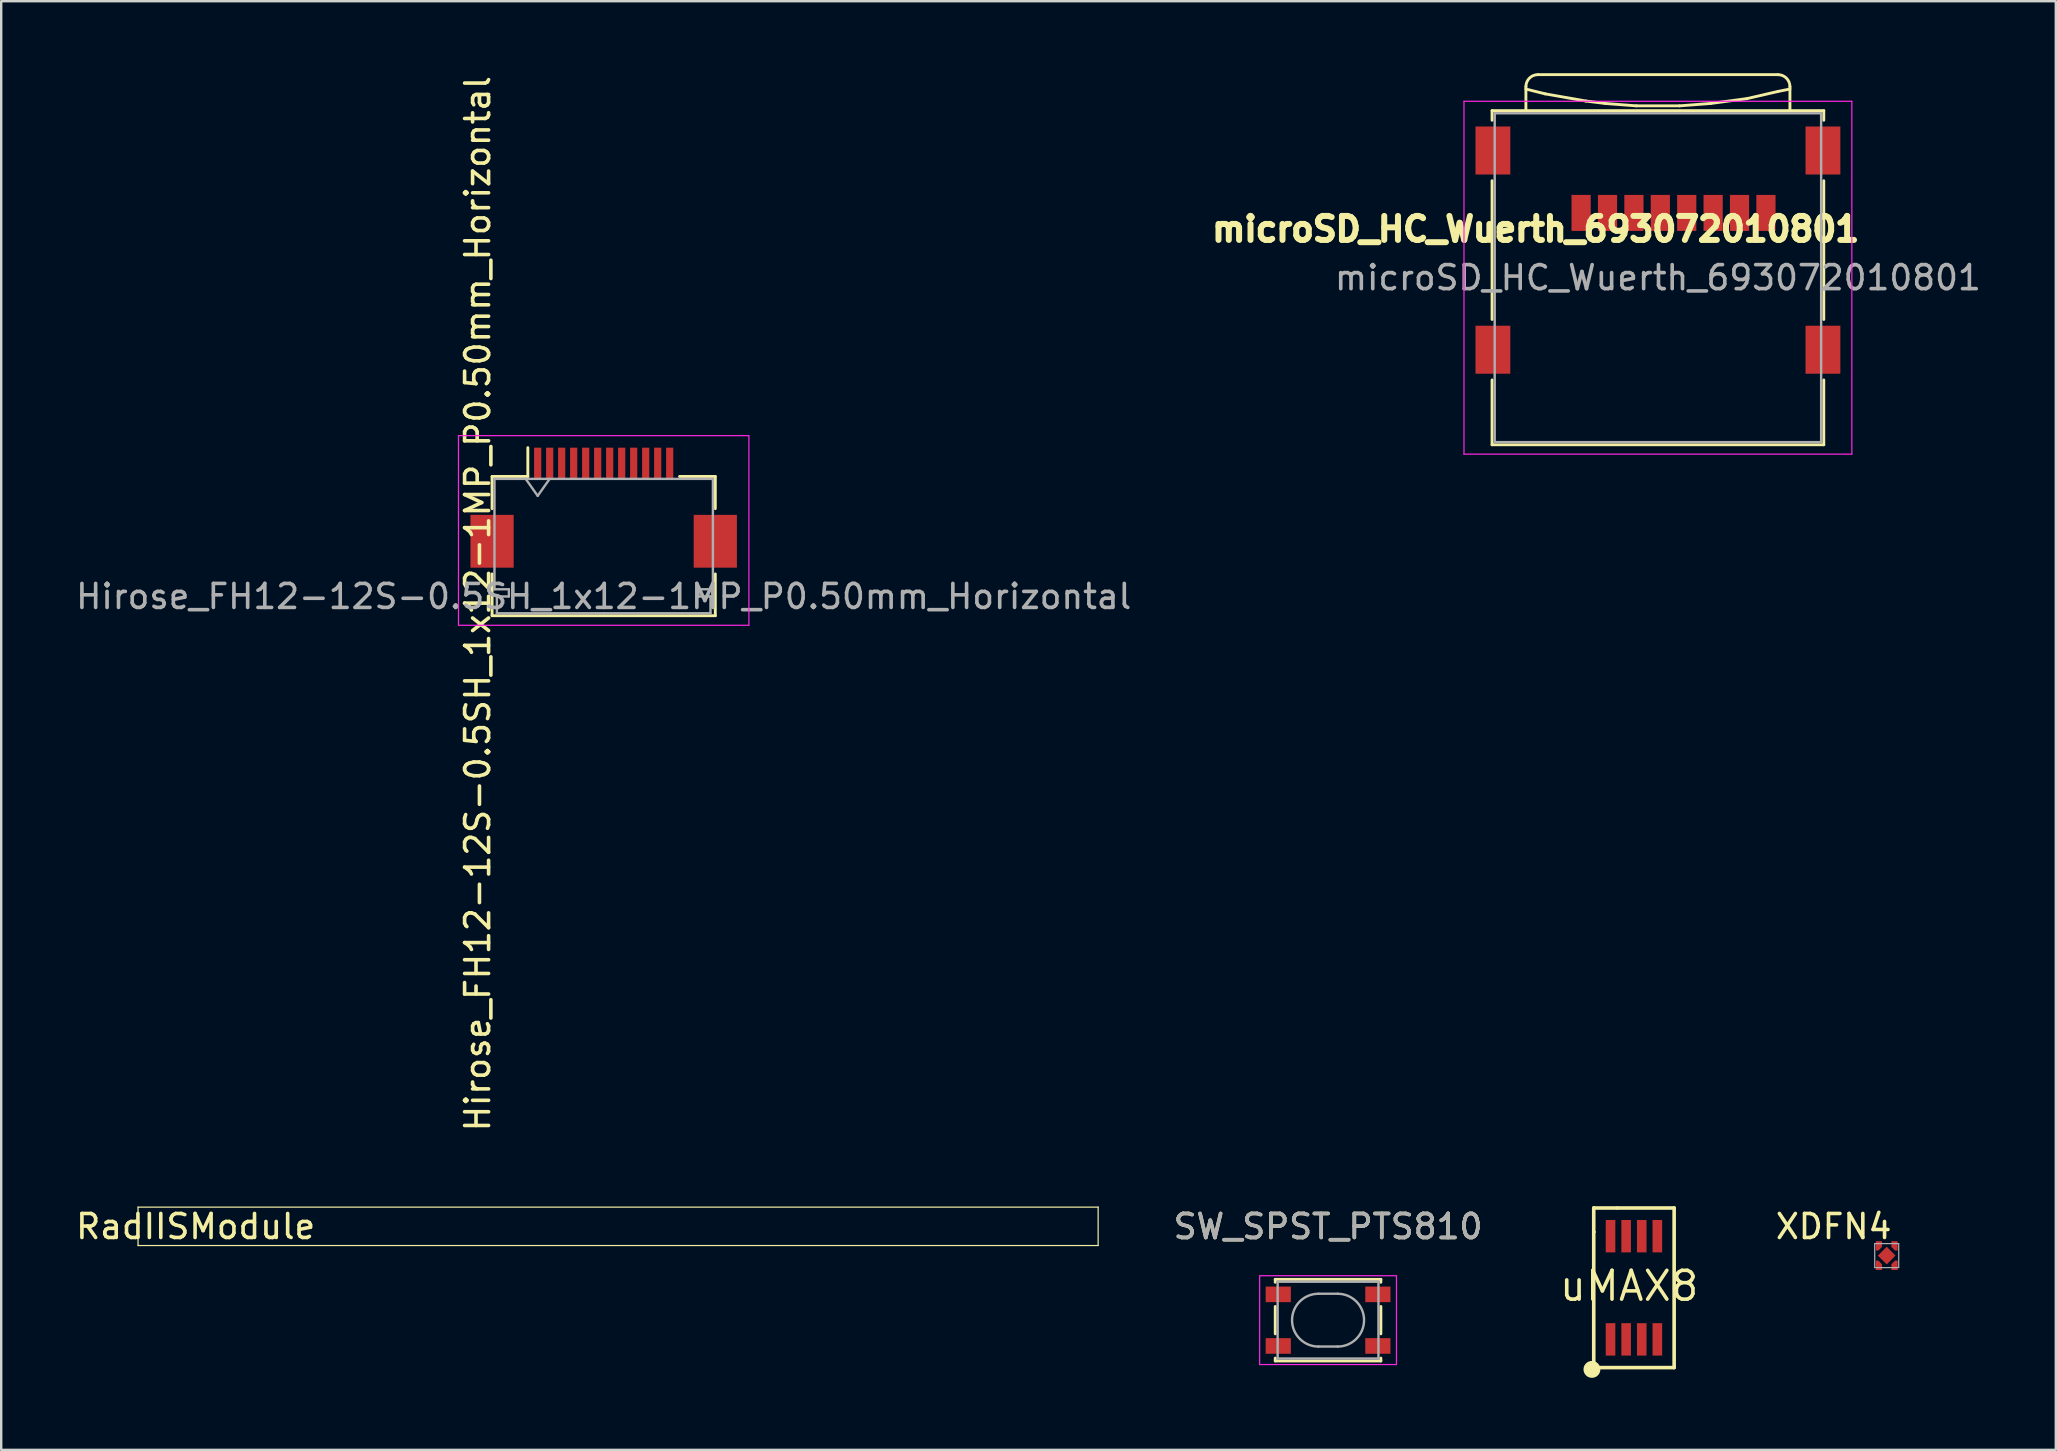
<source format=kicad_pcb>
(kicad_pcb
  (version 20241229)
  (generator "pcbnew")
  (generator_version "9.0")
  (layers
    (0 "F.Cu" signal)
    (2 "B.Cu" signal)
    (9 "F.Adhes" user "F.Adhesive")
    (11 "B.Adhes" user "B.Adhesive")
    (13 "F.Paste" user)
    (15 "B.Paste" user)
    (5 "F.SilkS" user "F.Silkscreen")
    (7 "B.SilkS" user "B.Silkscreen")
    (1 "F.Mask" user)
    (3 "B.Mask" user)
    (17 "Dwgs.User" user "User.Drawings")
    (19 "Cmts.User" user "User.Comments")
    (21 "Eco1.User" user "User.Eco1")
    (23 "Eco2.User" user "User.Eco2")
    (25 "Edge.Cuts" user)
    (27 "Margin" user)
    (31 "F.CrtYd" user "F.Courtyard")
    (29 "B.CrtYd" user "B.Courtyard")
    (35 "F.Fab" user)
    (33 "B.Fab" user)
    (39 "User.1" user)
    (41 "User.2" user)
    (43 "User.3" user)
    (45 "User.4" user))
  (footprint "microSD_HC_Wuerth_693072010801"
    (layer "F.Cu")
    (at 66.023 7.37)
    (property "Reference" "microSD_HC_Wuerth_693072010801" (at -5.093 -0.874 180) (layer "F.SilkS") (effects (font (size 1 1) (thickness 0.25))))
    (attr smd)
    (fp_line (start -6.91 -5.81) (end -6.91 -5.41) (stroke (width 0.12) (type solid)) (layer "F.SilkS"))
    (fp_line (start -6.91 -5.81) (end 6.91 -5.81) (stroke (width 0.12) (type solid)) (layer "F.SilkS"))
    (fp_line (start -6.91 -2.89) (end -6.91 2.89) (stroke (width 0.12) (type solid)) (layer "F.SilkS"))
    (fp_line (start -6.91 5.41) (end -6.91 8.11) (stroke (width 0.12) (type solid)) (layer "F.SilkS"))
    (fp_line (start -5.5 -6.71) (end -4.7 -6.51) (stroke (width 0.12) (type solid)) (layer "F.SilkS"))
    (fp_line (start -5.5 -5.81) (end -5.5 -6.81) (stroke (width 0.12) (type solid)) (layer "F.SilkS"))
    (fp_line (start -5 -7.31) (end 5 -7.31) (stroke (width 0.12) (type solid)) (layer "F.SilkS"))
    (fp_line (start -4.7 -6.51) (end -3 -6.21) (stroke (width 0.12) (type solid)) (layer "F.SilkS"))
    (fp_line (start -3 -6.21) (end -2.2 -6.11) (stroke (width 0.12) (type solid)) (layer "F.SilkS"))
    (fp_line (start -2.2 -6.11) (end -0.9 -6.01) (stroke (width 0.12) (type solid)) (layer "F.SilkS"))
    (fp_line (start -0.9 -6.01) (end 0.9 -6.01) (stroke (width 0.12) (type solid)) (layer "F.SilkS"))
    (fp_line (start 0.9 -6.01) (end 2.2 -6.11) (stroke (width 0.12) (type solid)) (layer "F.SilkS"))
    (fp_line (start 2.2 -6.11) (end 3.7 -6.31) (stroke (width 0.12) (type solid)) (layer "F.SilkS"))
    (fp_line (start 3.7 -6.31) (end 5 -6.61) (stroke (width 0.12) (type solid)) (layer "F.SilkS"))
    (fp_line (start 5 -6.61) (end 5.5 -6.71) (stroke (width 0.12) (type solid)) (layer "F.SilkS"))
    (fp_line (start 5.5 -5.81) (end 5.5 -6.81) (stroke (width 0.12) (type solid)) (layer "F.SilkS"))
    (fp_line (start 6.91 -5.81) (end 6.91 -5.41) (stroke (width 0.12) (type solid)) (layer "F.SilkS"))
    (fp_line (start 6.91 -2.89) (end 6.91 2.89) (stroke (width 0.12) (type solid)) (layer "F.SilkS"))
    (fp_line (start 6.91 5.41) (end 6.91 8.11) (stroke (width 0.12) (type solid)) (layer "F.SilkS"))
    (fp_line (start 6.91 8.11) (end -6.91 8.11) (stroke (width 0.12) (type solid)) (layer "F.SilkS"))
    (fp_arc (start -5.5 -6.81) (mid -5.353553 -7.163553) (end -5 -7.31) (stroke (width 0.12) (type solid)) (layer "F.SilkS"))
    (fp_arc (start 5 -7.31) (mid 5.353553 -7.163553) (end 5.5 -6.81) (stroke (width 0.12) (type solid)) (layer "F.SilkS"))
    (fp_line (start -8.08 -6.2) (end -8.08 8.5) (stroke (width 0.05) (type solid)) (layer "F.CrtYd"))
    (fp_line (start 8.08 -6.2) (end -8.08 -6.2) (stroke (width 0.05) (type solid)) (layer "F.CrtYd"))
    (fp_line (start 8.08 -6.2) (end 8.08 8.5) (stroke (width 0.05) (type solid)) (layer "F.CrtYd"))
    (fp_line (start 8.08 8.5) (end -8.08 8.5) (stroke (width 0.05) (type solid)) (layer "F.CrtYd"))
    (fp_line (start -6.8 -5.7) (end -6.8 8) (stroke (width 0.1) (type solid)) (layer "F.Fab"))
    (fp_line (start -6.8 8) (end 6.8 8) (stroke (width 0.1) (type solid)) (layer "F.Fab"))
    (fp_line (start 6.8 -5.7) (end -6.8 -5.7) (stroke (width 0.1) (type solid)) (layer "F.Fab"))
    (fp_line (start 6.8 8) (end 6.8 -5.7) (stroke (width 0.1) (type solid)) (layer "F.Fab"))
    (fp_text user "${REFERENCE}" (at 0 1.15 180) (layer "F.Fab") (effects (font (size 1 1) (thickness 0.15))))
    (pad "1" smd rect (at -3.2 -1.55) (size 0.8 1.5) (layers "F.Cu" "F.Mask" "F.Paste"))
    (pad "2" smd rect (at -2.1 -1.55) (size 0.8 1.5) (layers "F.Cu" "F.Mask" "F.Paste"))
    (pad "3" smd rect (at -1 -1.55) (size 0.8 1.5) (layers "F.Cu" "F.Mask" "F.Paste"))
    (pad "4" smd rect (at 0.1 -1.55) (size 0.8 1.5) (layers "F.Cu" "F.Mask" "F.Paste"))
    (pad "5" smd rect (at 1.2 -1.55) (size 0.8 1.5) (layers "F.Cu" "F.Mask" "F.Paste"))
    (pad "6" smd rect (at 2.3 -1.55) (size 0.8 1.5) (layers "F.Cu" "F.Mask" "F.Paste"))
    (pad "7" smd rect (at 3.4 -1.55) (size 0.8 1.5) (layers "F.Cu" "F.Mask" "F.Paste"))
    (pad "8" smd rect (at 4.5 -1.55) (size 0.8 1.5) (layers "F.Cu" "F.Mask" "F.Paste"))
    (pad "9" smd rect (at -6.875 -4.15) (size 1.45 2) (layers "F.Cu" "F.Mask" "F.Paste"))
    (pad "9" smd rect (at -6.875 4.15) (size 1.45 2) (layers "F.Cu" "F.Mask" "F.Paste"))
    (pad "9" smd rect (at 6.875 -4.15) (size 1.45 2) (layers "F.Cu" "F.Mask" "F.Paste"))
    (pad "9" smd rect (at 6.875 4.15) (size 1.45 2) (layers "F.Cu" "F.Mask" "F.Paste")))
  (footprint "XDFN4"
    (layer "F.Cu")
    (at 75.555 49.261)
    (property "Reference" "XDFN4" (at -2.21 -1.21 0) (layer "F.SilkS") (effects (font (size 1 1) (thickness 0.15))))
    (attr through_hole)
    (fp_line (start -0.5 -0.5) (end 0.5 -0.5) (stroke (width 0.05) (type solid)) (layer "F.Fab"))
    (fp_line (start -0.5 0.5) (end -0.5 -0.5) (stroke (width 0.05) (type solid)) (layer "F.Fab"))
    (fp_line (start 0.5 -0.5) (end 0.5 0.5) (stroke (width 0.05) (type solid)) (layer "F.Fab"))
    (fp_line (start 0.5 0.5) (end -0.5 0.5) (stroke (width 0.05) (type solid)) (layer "F.Fab"))
    (pad "1" smd custom (at -0.325 0.5 180) (size 0.2 0.2) (layers "F.Cu" "F.Mask" "F.Paste") (options (anchor rect)) (primitives (gr_poly (pts (xy -0.13 -0.1) (xy 0.13 -0.1) (xy 0.13 0.29) (xy 0.02 0.29) (xy -0.13 0.14)) (width 0) (fill yes))))
    (pad "2" smd custom (at 0.325 0.5 180) (size 0.2 0.2) (layers "F.Cu" "F.Mask" "F.Paste") (options (anchor rect)) (primitives (gr_poly (pts (xy 0.13 -0.1) (xy -0.13 -0.1) (xy -0.13 0.29) (xy -0.02 0.29) (xy 0.13 0.14)) (width 0) (fill yes))))
    (pad "3" smd custom (at 0.325 -0.5) (size 0.2 0.2) (layers "F.Cu" "F.Mask" "F.Paste") (options (anchor rect)) (primitives (gr_poly (pts (xy -0.13 -0.1) (xy 0.13 -0.1) (xy 0.13 0.29) (xy 0.02 0.29) (xy -0.13 0.14)) (width 0) (fill yes))))
    (pad "4" smd custom (at -0.325 -0.5) (size 0.2 0.2) (layers "F.Cu" "F.Mask" "F.Paste") (options (anchor rect)) (primitives (gr_poly (pts (xy 0.13 -0.1) (xy -0.13 -0.1) (xy -0.13 0.29) (xy -0.02 0.29) (xy 0.13 0.14)) (width 0) (fill yes))))
    (pad "EPAD" smd rect (at 0 0 45) (size 0.52 0.52) (layers "F.Cu" "F.Mask" "F.Paste")))
  (footprint "uMAX8"
    (layer "F.Cu")
    (at 65.024 50.602)
    (property "Reference" "uMAX8" (at -0.2 -0.075 180) (layer "F.SilkS") (effects (font (size 1.2 1.2) (thickness 0.15))))
    (attr through_hole)
    (fp_line (start -1.675 -3.325) (end -1.675 -2.325) (stroke (width 0.15) (type solid)) (layer "F.SilkS"))
    (fp_line (start -1.675 -2.325) (end -1.675 -2.325) (stroke (width 0.15) (type solid)) (layer "F.SilkS"))
    (fp_line (start -1.675 -2.325) (end -1.675 3.325) (stroke (width 0.15) (type solid)) (layer "F.SilkS"))
    (fp_line (start -1.675 3.325) (end 1.675 3.325) (stroke (width 0.15) (type solid)) (layer "F.SilkS"))
    (fp_line (start -0.7 -3.325) (end -1.675 -3.325) (stroke (width 0.15) (type solid)) (layer "F.SilkS"))
    (fp_line (start 1.675 -3.325) (end -0.675 -3.325) (stroke (width 0.15) (type solid)) (layer "F.SilkS"))
    (fp_line (start 1.675 3.325) (end 1.675 -3.325) (stroke (width 0.15) (type solid)) (layer "F.SilkS"))
    (fp_circle (center -1.75 3.4) (end -1.625 3.525) (stroke (width 0.35) (type solid)) (fill no) (layer "F.SilkS"))
    (pad "1" smd rect (at -0.975 2.15) (size 0.4 1.35) (layers "F.Cu" "F.Mask" "F.Paste"))
    (pad "2" smd rect (at -0.325 2.15) (size 0.4 1.35) (layers "F.Cu" "F.Mask" "F.Paste"))
    (pad "3" smd rect (at 0.325 2.15) (size 0.4 1.35) (layers "F.Cu" "F.Mask" "F.Paste"))
    (pad "4" smd rect (at 0.975 2.15) (size 0.4 1.35) (layers "F.Cu" "F.Mask" "F.Paste"))
    (pad "5" smd rect (at 0.975 -2.15) (size 0.4 1.35) (layers "F.Cu" "F.Mask" "F.Paste"))
    (pad "6" smd rect (at 0.325 -2.15) (size 0.4 1.35) (layers "F.Cu" "F.Mask" "F.Paste"))
    (pad "7" smd rect (at -0.325 -2.15) (size 0.4 1.35) (layers "F.Cu" "F.Mask" "F.Paste"))
    (pad "8" smd rect (at -0.975 -2.15) (size 0.4 1.35) (layers "F.Cu" "F.Mask" "F.Paste")))
  (footprint "Hirose_FH12-12S-0.5SH_1x12-1MP_P0.50mm_Horizontal"
    (layer "F.Cu")
    (at 22.101 18.101)
    (property "Reference" "Hirose_FH12-12S-0.5SH_1x12-1MP_P0.50mm_Horizontal" (at -5.25 4 90) (layer "F.SilkS") (effects (font (size 1 1) (thickness 0.15))))
    (attr smd)
    (fp_line (start -4.65 -1.3) (end -4.65 0.04) (stroke (width 0.12) (type solid)) (layer "F.SilkS"))
    (fp_line (start -4.65 2.76) (end -4.65 4.5) (stroke (width 0.12) (type solid)) (layer "F.SilkS"))
    (fp_line (start -4.65 4.5) (end 4.65 4.5) (stroke (width 0.12) (type solid)) (layer "F.SilkS"))
    (fp_line (start -3.16 -1.3) (end -4.65 -1.3) (stroke (width 0.12) (type solid)) (layer "F.SilkS"))
    (fp_line (start -3.16 -1.3) (end -3.16 -2.5) (stroke (width 0.12) (type solid)) (layer "F.SilkS"))
    (fp_line (start 3.16 -1.3) (end 4.65 -1.3) (stroke (width 0.12) (type solid)) (layer "F.SilkS"))
    (fp_line (start 4.65 -1.3) (end 4.65 0.04) (stroke (width 0.12) (type solid)) (layer "F.SilkS"))
    (fp_line (start 4.65 4.5) (end 4.65 2.76) (stroke (width 0.12) (type solid)) (layer "F.SilkS"))
    (fp_line (start -6.05 -3) (end -6.05 4.9) (stroke (width 0.05) (type solid)) (layer "F.CrtYd"))
    (fp_line (start -6.05 4.9) (end 6.05 4.9) (stroke (width 0.05) (type solid)) (layer "F.CrtYd"))
    (fp_line (start 6.05 -3) (end -6.05 -3) (stroke (width 0.05) (type solid)) (layer "F.CrtYd"))
    (fp_line (start 6.05 4.9) (end 6.05 -3) (stroke (width 0.05) (type solid)) (layer "F.CrtYd"))
    (fp_line (start -4.55 -1.2) (end -4.55 3.4) (stroke (width 0.1) (type solid)) (layer "F.Fab"))
    (fp_line (start -4.55 3.4) (end -3.95 3.4) (stroke (width 0.1) (type solid)) (layer "F.Fab"))
    (fp_line (start -4.45 3.7) (end -4.45 4.4) (stroke (width 0.1) (type solid)) (layer "F.Fab"))
    (fp_line (start -4.45 4.4) (end 0 4.4) (stroke (width 0.1) (type solid)) (layer "F.Fab"))
    (fp_line (start -3.95 3.4) (end -3.95 3.7) (stroke (width 0.1) (type solid)) (layer "F.Fab"))
    (fp_line (start -3.95 3.7) (end -4.45 3.7) (stroke (width 0.1) (type solid)) (layer "F.Fab"))
    (fp_line (start -3.25 -1.2) (end -2.75 -0.493) (stroke (width 0.1) (type solid)) (layer "F.Fab"))
    (fp_line (start -2.75 -0.493) (end -2.25 -1.2) (stroke (width 0.1) (type solid)) (layer "F.Fab"))
    (fp_line (start 0 -1.2) (end -4.55 -1.2) (stroke (width 0.1) (type solid)) (layer "F.Fab"))
    (fp_line (start 0 -1.2) (end 4.55 -1.2) (stroke (width 0.1) (type solid)) (layer "F.Fab"))
    (fp_line (start 3.95 3.4) (end 3.95 3.7) (stroke (width 0.1) (type solid)) (layer "F.Fab"))
    (fp_line (start 3.95 3.7) (end 4.45 3.7) (stroke (width 0.1) (type solid)) (layer "F.Fab"))
    (fp_line (start 4.45 3.7) (end 4.45 4.4) (stroke (width 0.1) (type solid)) (layer "F.Fab"))
    (fp_line (start 4.45 4.4) (end 0 4.4) (stroke (width 0.1) (type solid)) (layer "F.Fab"))
    (fp_line (start 4.55 -1.2) (end 4.55 3.4) (stroke (width 0.1) (type solid)) (layer "F.Fab"))
    (fp_line (start 4.55 3.4) (end 3.95 3.4) (stroke (width 0.1) (type solid)) (layer "F.Fab"))
    (fp_text user "${REFERENCE}" (at 0 3.7 0) (layer "F.Fab") (effects (font (size 1 1) (thickness 0.15))))
    (pad "1" smd rect (at -2.75 -1.85) (size 0.3 1.3) (layers "F.Cu" "F.Mask" "F.Paste"))
    (pad "2" smd rect (at -2.25 -1.85) (size 0.3 1.3) (layers "F.Cu" "F.Mask" "F.Paste"))
    (pad "3" smd rect (at -1.75 -1.85) (size 0.3 1.3) (layers "F.Cu" "F.Mask" "F.Paste"))
    (pad "4" smd rect (at -1.25 -1.85) (size 0.3 1.3) (layers "F.Cu" "F.Mask" "F.Paste"))
    (pad "5" smd rect (at -0.75 -1.85) (size 0.3 1.3) (layers "F.Cu" "F.Mask" "F.Paste"))
    (pad "6" smd rect (at -0.25 -1.85) (size 0.3 1.3) (layers "F.Cu" "F.Mask" "F.Paste"))
    (pad "7" smd rect (at 0.25 -1.85) (size 0.3 1.3) (layers "F.Cu" "F.Mask" "F.Paste"))
    (pad "8" smd rect (at 0.75 -1.85) (size 0.3 1.3) (layers "F.Cu" "F.Mask" "F.Paste"))
    (pad "9" smd rect (at 1.25 -1.85) (size 0.3 1.3) (layers "F.Cu" "F.Mask" "F.Paste"))
    (pad "10" smd rect (at 1.75 -1.85) (size 0.3 1.3) (layers "F.Cu" "F.Mask" "F.Paste"))
    (pad "11" smd rect (at 2.25 -1.85) (size 0.3 1.3) (layers "F.Cu" "F.Mask" "F.Paste"))
    (pad "12" smd rect (at 2.75 -1.85) (size 0.3 1.3) (layers "F.Cu" "F.Mask" "F.Paste"))
    (pad "MP" smd rect (at -4.65 1.4) (size 1.8 2.2) (layers "F.Cu" "F.Mask" "F.Paste"))
    (pad "MP" smd rect (at 4.65 1.4) (size 1.8 2.2) (layers "F.Cu" "F.Mask" "F.Paste")))
  (footprint "SW_SPST_PTS810"
    (layer "F.Cu")
    (at 52.28 51.951)
    (property "Reference" "SW_SPST_PTS810" (at 0 -3.9 0) (layer "F.SilkS") (effects (font (size 1 1) (thickness 0.15))))
    (attr smd)
    (fp_line (start -2.2 -1.7) (end -2.2 -1.58) (stroke (width 0.12) (type solid)) (layer "F.SilkS"))
    (fp_line (start -2.2 -0.57) (end -2.2 0.57) (stroke (width 0.12) (type solid)) (layer "F.SilkS"))
    (fp_line (start -2.2 1.58) (end -2.2 1.7) (stroke (width 0.12) (type solid)) (layer "F.SilkS"))
    (fp_line (start -2.2 1.7) (end 2.2 1.7) (stroke (width 0.12) (type solid)) (layer "F.SilkS"))
    (fp_line (start 2.2 -1.7) (end -2.2 -1.7) (stroke (width 0.12) (type solid)) (layer "F.SilkS"))
    (fp_line (start 2.2 -1.58) (end 2.2 -1.7) (stroke (width 0.12) (type solid)) (layer "F.SilkS"))
    (fp_line (start 2.2 0.57) (end 2.2 -0.57) (stroke (width 0.12) (type solid)) (layer "F.SilkS"))
    (fp_line (start 2.2 1.7) (end 2.2 1.58) (stroke (width 0.12) (type solid)) (layer "F.SilkS"))
    (fp_line (start -2.85 -1.85) (end 2.85 -1.85) (stroke (width 0.05) (type solid)) (layer "F.CrtYd"))
    (fp_line (start -2.85 1.85) (end -2.85 -1.85) (stroke (width 0.05) (type solid)) (layer "F.CrtYd"))
    (fp_line (start 2.85 -1.85) (end 2.85 1.85) (stroke (width 0.05) (type solid)) (layer "F.CrtYd"))
    (fp_line (start 2.85 1.85) (end -2.85 1.85) (stroke (width 0.05) (type solid)) (layer "F.CrtYd"))
    (fp_line (start -2.1 -1.6) (end -2.1 1.6) (stroke (width 0.1) (type solid)) (layer "F.Fab"))
    (fp_line (start -2.1 1.6) (end 2.1 1.6) (stroke (width 0.1) (type solid)) (layer "F.Fab"))
    (fp_line (start -0.4 -1.1) (end 0.4 -1.1) (stroke (width 0.1) (type solid)) (layer "F.Fab"))
    (fp_line (start 0.4 1.1) (end -0.4 1.1) (stroke (width 0.1) (type solid)) (layer "F.Fab"))
    (fp_line (start 2.1 -1.6) (end -2.1 -1.6) (stroke (width 0.1) (type solid)) (layer "F.Fab"))
    (fp_line (start 2.1 1.6) (end 2.1 -1.6) (stroke (width 0.1) (type solid)) (layer "F.Fab"))
    (fp_arc (start -0.4 1.1) (mid -1.5 0) (end -0.4 -1.1) (stroke (width 0.1) (type solid)) (layer "F.Fab"))
    (fp_arc (start 0.4 -1.1) (mid 1.5 0) (end 0.4 1.1) (stroke (width 0.1) (type solid)) (layer "F.Fab"))
    (fp_text user "${REFERENCE}" (at 0 -3.9 0) (layer "F.Fab") (effects (font (size 1 1) (thickness 0.15))))
    (pad "1" smd rect (at -2.075 -1.075) (size 1.05 0.65) (layers "F.Cu" "F.Mask" "F.Paste"))
    (pad "1" smd rect (at 2.075 -1.075) (size 1.05 0.65) (layers "F.Cu" "F.Mask" "F.Paste"))
    (pad "2" smd rect (at -2.075 1.075) (size 1.05 0.65) (layers "F.Cu" "F.Mask" "F.Paste"))
    (pad "2" smd rect (at 2.075 1.075) (size 1.05 0.65) (layers "F.Cu" "F.Mask" "F.Paste")))
  (footprint "RadIISModule"
    (layer "F.Cu")
    (at 22.701 48.041)
    (property "Reference" "RadIISModule" (at -17.6 0.01 0) (layer "F.SilkS") (effects (font (size 1 1) (thickness 0.15))))
    (attr through_hole)
    (fp_line (start -20 -0.8) (end 20 -0.8) (stroke (width 0.05) (type solid)) (layer "F.SilkS"))
    (fp_line (start -20 0.8) (end -20 -0.8) (stroke (width 0.05) (type solid)) (layer "F.SilkS"))
    (fp_line (start 20 -0.8) (end 20 0.8) (stroke (width 0.05) (type solid)) (layer "F.SilkS"))
    (fp_line (start 20 0.8) (end -20 0.8) (stroke (width 0.05) (type solid)) (layer "F.SilkS")))
  (gr_rect
    (start -3 -3)
    (end 82.6 57.354)
    (stroke (width 0.1) (type default))
    (fill no)
    (layer "Edge.Cuts")))
</source>
